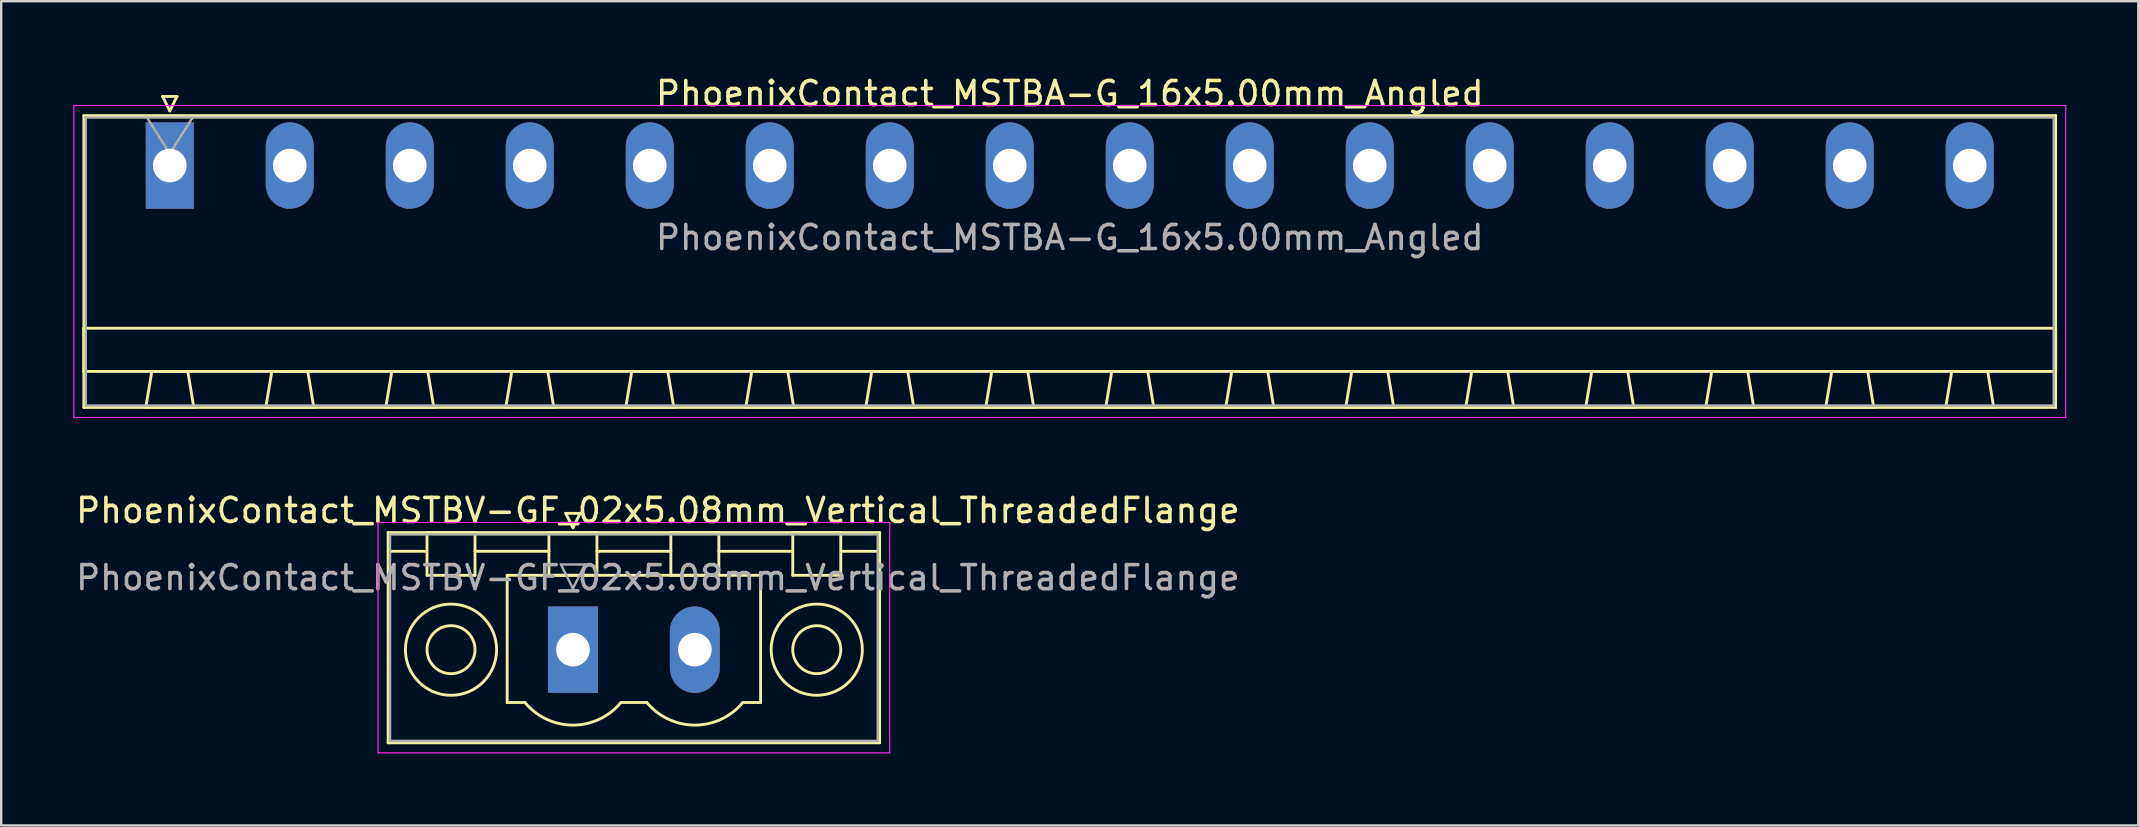
<source format=kicad_pcb>
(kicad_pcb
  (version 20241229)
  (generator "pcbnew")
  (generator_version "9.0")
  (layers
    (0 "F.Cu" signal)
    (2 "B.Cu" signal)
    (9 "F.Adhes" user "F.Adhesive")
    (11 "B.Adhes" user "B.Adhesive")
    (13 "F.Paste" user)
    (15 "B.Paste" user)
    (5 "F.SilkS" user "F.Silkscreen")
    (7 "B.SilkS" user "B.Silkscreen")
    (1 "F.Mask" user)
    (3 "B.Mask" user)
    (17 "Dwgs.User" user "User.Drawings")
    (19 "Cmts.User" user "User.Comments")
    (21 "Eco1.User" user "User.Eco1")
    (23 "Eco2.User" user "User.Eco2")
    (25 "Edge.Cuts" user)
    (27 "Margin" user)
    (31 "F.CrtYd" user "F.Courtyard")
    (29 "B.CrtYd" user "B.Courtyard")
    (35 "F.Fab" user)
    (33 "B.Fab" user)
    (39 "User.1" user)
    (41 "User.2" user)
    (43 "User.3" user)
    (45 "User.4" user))
  (footprint "PhoenixContact_MSTBA-G_16x5.00mm_Angled"
    (layer "F.Cu")
    (at 4.025 3.848)
    (property "Reference" "PhoenixContact_MSTBA-G_16x5.00mm_Angled" (at 37.5 -3 0) (layer "F.SilkS") (effects (font (size 1 1) (thickness 0.15))))
    (attr through_hole)
    (fp_line (start -3.58 -2.08) (end -3.58 10.08) (stroke (width 0.12) (type solid)) (layer "F.SilkS"))
    (fp_line (start -3.58 6.78) (end 78.58 6.78) (stroke (width 0.12) (type solid)) (layer "F.SilkS"))
    (fp_line (start -3.58 8.58) (end -3.58 6.78) (stroke (width 0.12) (type solid)) (layer "F.SilkS"))
    (fp_line (start -3.58 10.08) (end 78.58 10.08) (stroke (width 0.12) (type solid)) (layer "F.SilkS"))
    (fp_line (start -1 10.08) (end 1 10.08) (stroke (width 0.12) (type solid)) (layer "F.SilkS"))
    (fp_line (start -0.75 8.58) (end -1 10.08) (stroke (width 0.12) (type solid)) (layer "F.SilkS"))
    (fp_line (start -0.3 -2.88) (end 0.3 -2.88) (stroke (width 0.12) (type solid)) (layer "F.SilkS"))
    (fp_line (start 0 -2.28) (end -0.3 -2.88) (stroke (width 0.12) (type solid)) (layer "F.SilkS"))
    (fp_line (start 0.3 -2.88) (end 0 -2.28) (stroke (width 0.12) (type solid)) (layer "F.SilkS"))
    (fp_line (start 0.75 8.58) (end -0.75 8.58) (stroke (width 0.12) (type solid)) (layer "F.SilkS"))
    (fp_line (start 1 10.08) (end 0.75 8.58) (stroke (width 0.12) (type solid)) (layer "F.SilkS"))
    (fp_line (start 4 10.08) (end 6 10.08) (stroke (width 0.12) (type solid)) (layer "F.SilkS"))
    (fp_line (start 4.25 8.58) (end 4 10.08) (stroke (width 0.12) (type solid)) (layer "F.SilkS"))
    (fp_line (start 5.75 8.58) (end 4.25 8.58) (stroke (width 0.12) (type solid)) (layer "F.SilkS"))
    (fp_line (start 6 10.08) (end 5.75 8.58) (stroke (width 0.12) (type solid)) (layer "F.SilkS"))
    (fp_line (start 9 10.08) (end 11 10.08) (stroke (width 0.12) (type solid)) (layer "F.SilkS"))
    (fp_line (start 9.25 8.58) (end 9 10.08) (stroke (width 0.12) (type solid)) (layer "F.SilkS"))
    (fp_line (start 10.75 8.58) (end 9.25 8.58) (stroke (width 0.12) (type solid)) (layer "F.SilkS"))
    (fp_line (start 11 10.08) (end 10.75 8.58) (stroke (width 0.12) (type solid)) (layer "F.SilkS"))
    (fp_line (start 14 10.08) (end 16 10.08) (stroke (width 0.12) (type solid)) (layer "F.SilkS"))
    (fp_line (start 14.25 8.58) (end 14 10.08) (stroke (width 0.12) (type solid)) (layer "F.SilkS"))
    (fp_line (start 15.75 8.58) (end 14.25 8.58) (stroke (width 0.12) (type solid)) (layer "F.SilkS"))
    (fp_line (start 16 10.08) (end 15.75 8.58) (stroke (width 0.12) (type solid)) (layer "F.SilkS"))
    (fp_line (start 19 10.08) (end 21 10.08) (stroke (width 0.12) (type solid)) (layer "F.SilkS"))
    (fp_line (start 19.25 8.58) (end 19 10.08) (stroke (width 0.12) (type solid)) (layer "F.SilkS"))
    (fp_line (start 20.75 8.58) (end 19.25 8.58) (stroke (width 0.12) (type solid)) (layer "F.SilkS"))
    (fp_line (start 21 10.08) (end 20.75 8.58) (stroke (width 0.12) (type solid)) (layer "F.SilkS"))
    (fp_line (start 24 10.08) (end 26 10.08) (stroke (width 0.12) (type solid)) (layer "F.SilkS"))
    (fp_line (start 24.25 8.58) (end 24 10.08) (stroke (width 0.12) (type solid)) (layer "F.SilkS"))
    (fp_line (start 25.75 8.58) (end 24.25 8.58) (stroke (width 0.12) (type solid)) (layer "F.SilkS"))
    (fp_line (start 26 10.08) (end 25.75 8.58) (stroke (width 0.12) (type solid)) (layer "F.SilkS"))
    (fp_line (start 29 10.08) (end 31 10.08) (stroke (width 0.12) (type solid)) (layer "F.SilkS"))
    (fp_line (start 29.25 8.58) (end 29 10.08) (stroke (width 0.12) (type solid)) (layer "F.SilkS"))
    (fp_line (start 30.75 8.58) (end 29.25 8.58) (stroke (width 0.12) (type solid)) (layer "F.SilkS"))
    (fp_line (start 31 10.08) (end 30.75 8.58) (stroke (width 0.12) (type solid)) (layer "F.SilkS"))
    (fp_line (start 34 10.08) (end 36 10.08) (stroke (width 0.12) (type solid)) (layer "F.SilkS"))
    (fp_line (start 34.25 8.58) (end 34 10.08) (stroke (width 0.12) (type solid)) (layer "F.SilkS"))
    (fp_line (start 35.75 8.58) (end 34.25 8.58) (stroke (width 0.12) (type solid)) (layer "F.SilkS"))
    (fp_line (start 36 10.08) (end 35.75 8.58) (stroke (width 0.12) (type solid)) (layer "F.SilkS"))
    (fp_line (start 39 10.08) (end 41 10.08) (stroke (width 0.12) (type solid)) (layer "F.SilkS"))
    (fp_line (start 39.25 8.58) (end 39 10.08) (stroke (width 0.12) (type solid)) (layer "F.SilkS"))
    (fp_line (start 40.75 8.58) (end 39.25 8.58) (stroke (width 0.12) (type solid)) (layer "F.SilkS"))
    (fp_line (start 41 10.08) (end 40.75 8.58) (stroke (width 0.12) (type solid)) (layer "F.SilkS"))
    (fp_line (start 44 10.08) (end 46 10.08) (stroke (width 0.12) (type solid)) (layer "F.SilkS"))
    (fp_line (start 44.25 8.58) (end 44 10.08) (stroke (width 0.12) (type solid)) (layer "F.SilkS"))
    (fp_line (start 45.75 8.58) (end 44.25 8.58) (stroke (width 0.12) (type solid)) (layer "F.SilkS"))
    (fp_line (start 46 10.08) (end 45.75 8.58) (stroke (width 0.12) (type solid)) (layer "F.SilkS"))
    (fp_line (start 49 10.08) (end 51 10.08) (stroke (width 0.12) (type solid)) (layer "F.SilkS"))
    (fp_line (start 49.25 8.58) (end 49 10.08) (stroke (width 0.12) (type solid)) (layer "F.SilkS"))
    (fp_line (start 50.75 8.58) (end 49.25 8.58) (stroke (width 0.12) (type solid)) (layer "F.SilkS"))
    (fp_line (start 51 10.08) (end 50.75 8.58) (stroke (width 0.12) (type solid)) (layer "F.SilkS"))
    (fp_line (start 54 10.08) (end 56 10.08) (stroke (width 0.12) (type solid)) (layer "F.SilkS"))
    (fp_line (start 54.25 8.58) (end 54 10.08) (stroke (width 0.12) (type solid)) (layer "F.SilkS"))
    (fp_line (start 55.75 8.58) (end 54.25 8.58) (stroke (width 0.12) (type solid)) (layer "F.SilkS"))
    (fp_line (start 56 10.08) (end 55.75 8.58) (stroke (width 0.12) (type solid)) (layer "F.SilkS"))
    (fp_line (start 59 10.08) (end 61 10.08) (stroke (width 0.12) (type solid)) (layer "F.SilkS"))
    (fp_line (start 59.25 8.58) (end 59 10.08) (stroke (width 0.12) (type solid)) (layer "F.SilkS"))
    (fp_line (start 60.75 8.58) (end 59.25 8.58) (stroke (width 0.12) (type solid)) (layer "F.SilkS"))
    (fp_line (start 61 10.08) (end 60.75 8.58) (stroke (width 0.12) (type solid)) (layer "F.SilkS"))
    (fp_line (start 64 10.08) (end 66 10.08) (stroke (width 0.12) (type solid)) (layer "F.SilkS"))
    (fp_line (start 64.25 8.58) (end 64 10.08) (stroke (width 0.12) (type solid)) (layer "F.SilkS"))
    (fp_line (start 65.75 8.58) (end 64.25 8.58) (stroke (width 0.12) (type solid)) (layer "F.SilkS"))
    (fp_line (start 66 10.08) (end 65.75 8.58) (stroke (width 0.12) (type solid)) (layer "F.SilkS"))
    (fp_line (start 69 10.08) (end 71 10.08) (stroke (width 0.12) (type solid)) (layer "F.SilkS"))
    (fp_line (start 69.25 8.58) (end 69 10.08) (stroke (width 0.12) (type solid)) (layer "F.SilkS"))
    (fp_line (start 70.75 8.58) (end 69.25 8.58) (stroke (width 0.12) (type solid)) (layer "F.SilkS"))
    (fp_line (start 71 10.08) (end 70.75 8.58) (stroke (width 0.12) (type solid)) (layer "F.SilkS"))
    (fp_line (start 74 10.08) (end 76 10.08) (stroke (width 0.12) (type solid)) (layer "F.SilkS"))
    (fp_line (start 74.25 8.58) (end 74 10.08) (stroke (width 0.12) (type solid)) (layer "F.SilkS"))
    (fp_line (start 75.75 8.58) (end 74.25 8.58) (stroke (width 0.12) (type solid)) (layer "F.SilkS"))
    (fp_line (start 76 10.08) (end 75.75 8.58) (stroke (width 0.12) (type solid)) (layer "F.SilkS"))
    (fp_line (start 78.58 -2.08) (end -3.58 -2.08) (stroke (width 0.12) (type solid)) (layer "F.SilkS"))
    (fp_line (start 78.58 6.78) (end 78.58 8.58) (stroke (width 0.12) (type solid)) (layer "F.SilkS"))
    (fp_line (start 78.58 8.58) (end -3.58 8.58) (stroke (width 0.12) (type solid)) (layer "F.SilkS"))
    (fp_line (start 78.58 10.08) (end 78.58 -2.08) (stroke (width 0.12) (type solid)) (layer "F.SilkS"))
    (fp_line (start -4 -2.5) (end -4 10.5) (stroke (width 0.05) (type solid)) (layer "F.CrtYd"))
    (fp_line (start -4 10.5) (end 79 10.5) (stroke (width 0.05) (type solid)) (layer "F.CrtYd"))
    (fp_line (start 79 -2.5) (end -4 -2.5) (stroke (width 0.05) (type solid)) (layer "F.CrtYd"))
    (fp_line (start 79 10.5) (end 79 -2.5) (stroke (width 0.05) (type solid)) (layer "F.CrtYd"))
    (fp_line (start -3.5 -2) (end -3.5 10) (stroke (width 0.1) (type solid)) (layer "F.Fab"))
    (fp_line (start -3.5 10) (end 78.5 10) (stroke (width 0.1) (type solid)) (layer "F.Fab"))
    (fp_line (start 0 -0.5) (end -0.95 -2) (stroke (width 0.1) (type solid)) (layer "F.Fab"))
    (fp_line (start 0.95 -2) (end 0 -0.5) (stroke (width 0.1) (type solid)) (layer "F.Fab"))
    (fp_line (start 78.5 -2) (end -3.5 -2) (stroke (width 0.1) (type solid)) (layer "F.Fab"))
    (fp_line (start 78.5 10) (end 78.5 -2) (stroke (width 0.1) (type solid)) (layer "F.Fab"))
    (fp_text user "${REFERENCE}" (at 37.5 3 0) (layer "F.Fab") (effects (font (size 1 1) (thickness 0.15))))
    (pad "1" thru_hole rect (at 0 0) (size 2 3.6) (drill 1.4) (layers "*.Cu" "*.Mask"))
    (pad "2" thru_hole oval (at 5 0) (size 2 3.6) (drill 1.4) (layers "*.Cu" "*.Mask"))
    (pad "3" thru_hole oval (at 10 0) (size 2 3.6) (drill 1.4) (layers "*.Cu" "*.Mask"))
    (pad "4" thru_hole oval (at 15 0) (size 2 3.6) (drill 1.4) (layers "*.Cu" "*.Mask"))
    (pad "5" thru_hole oval (at 20 0) (size 2 3.6) (drill 1.4) (layers "*.Cu" "*.Mask"))
    (pad "6" thru_hole oval (at 25 0) (size 2 3.6) (drill 1.4) (layers "*.Cu" "*.Mask"))
    (pad "7" thru_hole oval (at 30 0) (size 2 3.6) (drill 1.4) (layers "*.Cu" "*.Mask"))
    (pad "8" thru_hole oval (at 35 0) (size 2 3.6) (drill 1.4) (layers "*.Cu" "*.Mask"))
    (pad "9" thru_hole oval (at 40 0) (size 2 3.6) (drill 1.4) (layers "*.Cu" "*.Mask"))
    (pad "10" thru_hole oval (at 45 0) (size 2 3.6) (drill 1.4) (layers "*.Cu" "*.Mask"))
    (pad "11" thru_hole oval (at 50 0) (size 2 3.6) (drill 1.4) (layers "*.Cu" "*.Mask"))
    (pad "12" thru_hole oval (at 55 0) (size 2 3.6) (drill 1.4) (layers "*.Cu" "*.Mask"))
    (pad "13" thru_hole oval (at 60 0) (size 2 3.6) (drill 1.4) (layers "*.Cu" "*.Mask"))
    (pad "14" thru_hole oval (at 65 0) (size 2 3.6) (drill 1.4) (layers "*.Cu" "*.Mask"))
    (pad "15" thru_hole oval (at 70 0) (size 2 3.6) (drill 1.4) (layers "*.Cu" "*.Mask"))
    (pad "16" thru_hole oval (at 75 0) (size 2 3.6) (drill 1.4) (layers "*.Cu" "*.Mask")))
  (footprint "PhoenixContact_MSTBV-GF_02x5.08mm_Vertical_ThreadedFlange"
    (layer "F.Cu")
    (at 20.823 24.021)
    (property "Reference" "PhoenixContact_MSTBV-GF_02x5.08mm_Vertical_ThreadedFlange" (at 3.54 -5.8 0) (layer "F.SilkS") (effects (font (size 1 1) (thickness 0.15))))
    (attr through_hole)
    (fp_line (start -7.7 -4.88) (end -7.7 3.88) (stroke (width 0.12) (type solid)) (layer "F.SilkS"))
    (fp_line (start -7.7 -4.1) (end -6.16 -4.1) (stroke (width 0.12) (type solid)) (layer "F.SilkS"))
    (fp_line (start -7.7 3.88) (end 12.78 3.88) (stroke (width 0.12) (type solid)) (layer "F.SilkS"))
    (fp_line (start -6.08 -4.88) (end -4.08 -4.88) (stroke (width 0.12) (type solid)) (layer "F.SilkS"))
    (fp_line (start -6.08 -3.1) (end -6.08 -4.88) (stroke (width 0.12) (type solid)) (layer "F.SilkS"))
    (fp_line (start -4.08 -4.88) (end -4.08 -3.1) (stroke (width 0.12) (type solid)) (layer "F.SilkS"))
    (fp_line (start -4.08 -4.1) (end -1 -4.1) (stroke (width 0.12) (type solid)) (layer "F.SilkS"))
    (fp_line (start -4.08 -3.1) (end -6.08 -3.1) (stroke (width 0.12) (type solid)) (layer "F.SilkS"))
    (fp_line (start -2.74 -3.1) (end 7.82 -3.1) (stroke (width 0.12) (type solid)) (layer "F.SilkS"))
    (fp_line (start -2.74 2.2) (end -2.74 -3.1) (stroke (width 0.12) (type solid)) (layer "F.SilkS"))
    (fp_line (start -2 2.2) (end -2.74 2.2) (stroke (width 0.12) (type solid)) (layer "F.SilkS"))
    (fp_line (start -1 -4.88) (end 1 -4.88) (stroke (width 0.12) (type solid)) (layer "F.SilkS"))
    (fp_line (start -1 -3.1) (end -1 -4.88) (stroke (width 0.12) (type solid)) (layer "F.SilkS"))
    (fp_line (start -0.3 -5.68) (end 0.3 -5.68) (stroke (width 0.12) (type solid)) (layer "F.SilkS"))
    (fp_line (start 0 -5.08) (end -0.3 -5.68) (stroke (width 0.12) (type solid)) (layer "F.SilkS"))
    (fp_line (start 0.3 -5.68) (end 0 -5.08) (stroke (width 0.12) (type solid)) (layer "F.SilkS"))
    (fp_line (start 1 -4.88) (end 1 -3.1) (stroke (width 0.12) (type solid)) (layer "F.SilkS"))
    (fp_line (start 1 -4.1) (end 4.08 -4.1) (stroke (width 0.12) (type solid)) (layer "F.SilkS"))
    (fp_line (start 1 -3.1) (end -1 -3.1) (stroke (width 0.12) (type solid)) (layer "F.SilkS"))
    (fp_line (start 2 2.2) (end 3.08 2.2) (stroke (width 0.12) (type solid)) (layer "F.SilkS"))
    (fp_line (start 4.08 -4.88) (end 6.08 -4.88) (stroke (width 0.12) (type solid)) (layer "F.SilkS"))
    (fp_line (start 4.08 -3.1) (end 4.08 -4.88) (stroke (width 0.12) (type solid)) (layer "F.SilkS"))
    (fp_line (start 6.08 -4.88) (end 6.08 -3.1) (stroke (width 0.12) (type solid)) (layer "F.SilkS"))
    (fp_line (start 6.08 -4.1) (end 9.16 -4.1) (stroke (width 0.12) (type solid)) (layer "F.SilkS"))
    (fp_line (start 6.08 -3.1) (end 4.08 -3.1) (stroke (width 0.12) (type solid)) (layer "F.SilkS"))
    (fp_line (start 7.82 -3.1) (end 7.82 2.2) (stroke (width 0.12) (type solid)) (layer "F.SilkS"))
    (fp_line (start 7.82 2.2) (end 7.08 2.2) (stroke (width 0.12) (type solid)) (layer "F.SilkS"))
    (fp_line (start 9.16 -4.88) (end 11.16 -4.88) (stroke (width 0.12) (type solid)) (layer "F.SilkS"))
    (fp_line (start 9.16 -3.1) (end 9.16 -4.88) (stroke (width 0.12) (type solid)) (layer "F.SilkS"))
    (fp_line (start 11.16 -4.88) (end 11.16 -3.1) (stroke (width 0.12) (type solid)) (layer "F.SilkS"))
    (fp_line (start 11.16 -3.1) (end 9.16 -3.1) (stroke (width 0.12) (type solid)) (layer "F.SilkS"))
    (fp_line (start 12.78 -4.88) (end -7.7 -4.88) (stroke (width 0.12) (type solid)) (layer "F.SilkS"))
    (fp_line (start 12.78 -4.1) (end 11.24 -4.1) (stroke (width 0.12) (type solid)) (layer "F.SilkS"))
    (fp_line (start 12.78 3.88) (end 12.78 -4.88) (stroke (width 0.12) (type solid)) (layer "F.SilkS"))
    (fp_arc (start 1.986842 2.215821) (mid -0.010289 3.142758) (end -2 2.2) (stroke (width 0.12) (type solid)) (layer "F.SilkS"))
    (fp_arc (start 7.066842 2.215821) (mid 5.069711 3.142758) (end 3.08 2.2) (stroke (width 0.12) (type solid)) (layer "F.SilkS"))
    (fp_circle (center -5.08 0) (end -4.08 0) (stroke (width 0.12) (type solid)) (fill no) (layer "F.SilkS"))
    (fp_circle (center -5.08 0) (end -3.18 0) (stroke (width 0.12) (type solid)) (fill no) (layer "F.SilkS"))
    (fp_circle (center 10.16 0) (end 11.16 0) (stroke (width 0.12) (type solid)) (fill no) (layer "F.SilkS"))
    (fp_circle (center 10.16 0) (end 12.06 0) (stroke (width 0.12) (type solid)) (fill no) (layer "F.SilkS"))
    (fp_line (start -8.12 -5.3) (end -8.12 4.3) (stroke (width 0.05) (type solid)) (layer "F.CrtYd"))
    (fp_line (start -8.12 4.3) (end 13.2 4.3) (stroke (width 0.05) (type solid)) (layer "F.CrtYd"))
    (fp_line (start 13.2 -5.3) (end -8.12 -5.3) (stroke (width 0.05) (type solid)) (layer "F.CrtYd"))
    (fp_line (start 13.2 4.3) (end 13.2 -5.3) (stroke (width 0.05) (type solid)) (layer "F.CrtYd"))
    (fp_line (start -7.62 -4.8) (end -7.62 3.8) (stroke (width 0.1) (type solid)) (layer "F.Fab"))
    (fp_line (start -7.62 3.8) (end 12.7 3.8) (stroke (width 0.1) (type solid)) (layer "F.Fab"))
    (fp_line (start -0.5 -3.55) (end 0.5 -3.55) (stroke (width 0.1) (type solid)) (layer "F.Fab"))
    (fp_line (start 0 -2.55) (end -0.5 -3.55) (stroke (width 0.1) (type solid)) (layer "F.Fab"))
    (fp_line (start 0.5 -3.55) (end 0 -2.55) (stroke (width 0.1) (type solid)) (layer "F.Fab"))
    (fp_line (start 12.7 -4.8) (end -7.62 -4.8) (stroke (width 0.1) (type solid)) (layer "F.Fab"))
    (fp_line (start 12.7 3.8) (end 12.7 -4.8) (stroke (width 0.1) (type solid)) (layer "F.Fab"))
    (fp_text user "${REFERENCE}" (at 3.54 -3 0) (layer "F.Fab") (effects (font (size 1 1) (thickness 0.15))))
    (pad "1" thru_hole rect (at 0 0) (size 2.08 3.6) (drill 1.4) (layers "*.Cu" "*.Mask"))
    (pad "2" thru_hole oval (at 5.08 0) (size 2.08 3.6) (drill 1.4) (layers "*.Cu" "*.Mask")))
  (gr_rect
    (start -3 -3)
    (end 86.05 31.346)
    (stroke (width 0.1) (type default))
    (fill no)
    (layer "Edge.Cuts")))
</source>
